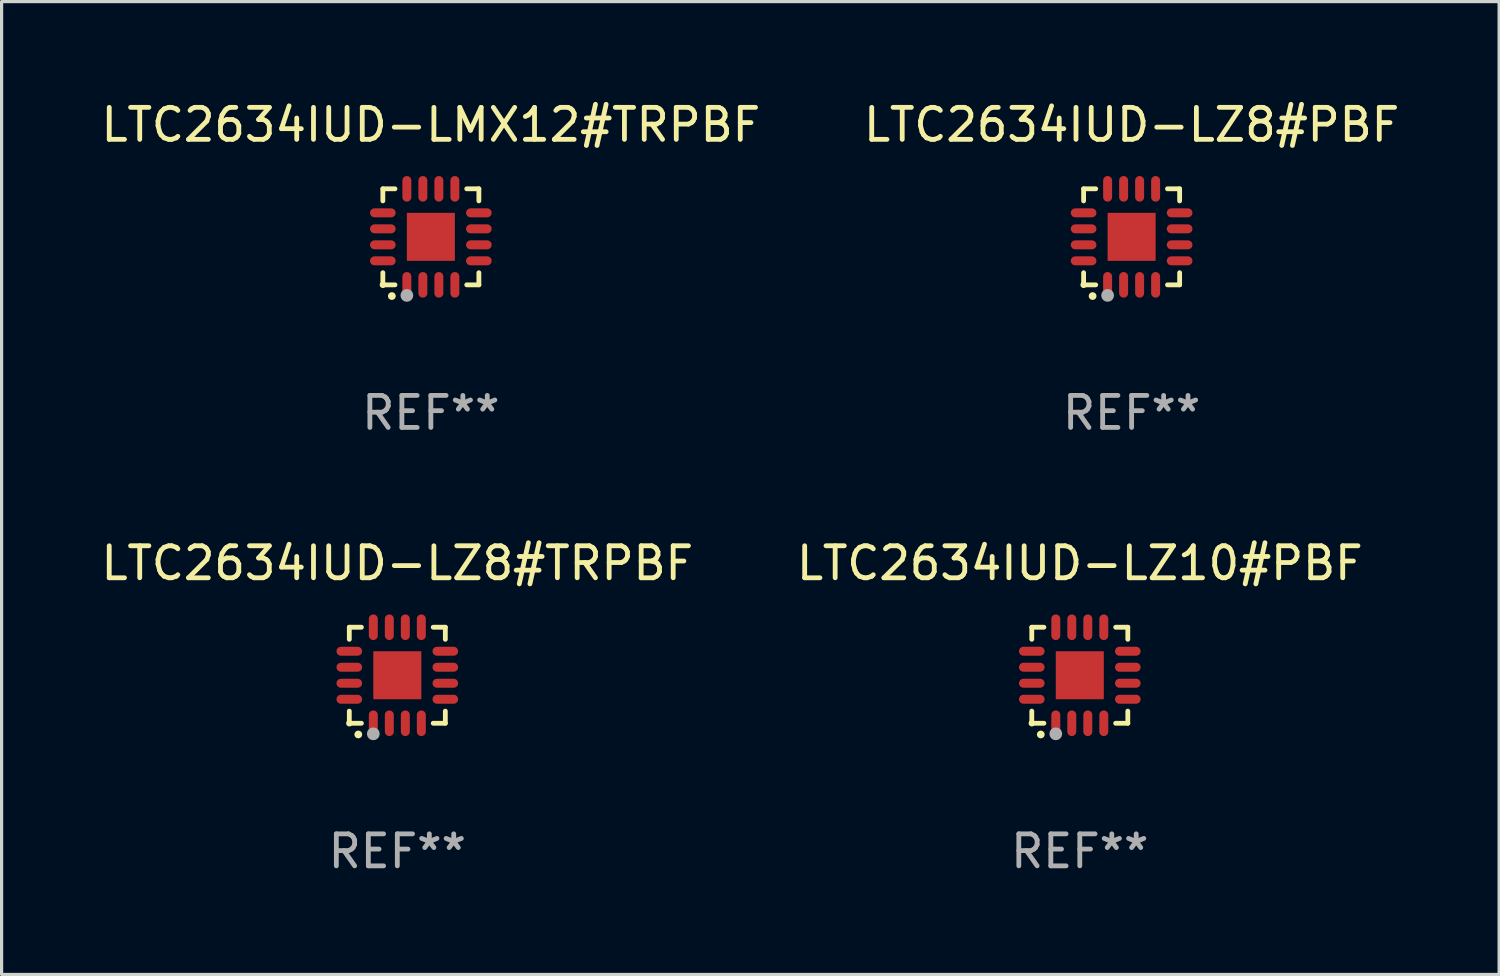
<source format=kicad_pcb>
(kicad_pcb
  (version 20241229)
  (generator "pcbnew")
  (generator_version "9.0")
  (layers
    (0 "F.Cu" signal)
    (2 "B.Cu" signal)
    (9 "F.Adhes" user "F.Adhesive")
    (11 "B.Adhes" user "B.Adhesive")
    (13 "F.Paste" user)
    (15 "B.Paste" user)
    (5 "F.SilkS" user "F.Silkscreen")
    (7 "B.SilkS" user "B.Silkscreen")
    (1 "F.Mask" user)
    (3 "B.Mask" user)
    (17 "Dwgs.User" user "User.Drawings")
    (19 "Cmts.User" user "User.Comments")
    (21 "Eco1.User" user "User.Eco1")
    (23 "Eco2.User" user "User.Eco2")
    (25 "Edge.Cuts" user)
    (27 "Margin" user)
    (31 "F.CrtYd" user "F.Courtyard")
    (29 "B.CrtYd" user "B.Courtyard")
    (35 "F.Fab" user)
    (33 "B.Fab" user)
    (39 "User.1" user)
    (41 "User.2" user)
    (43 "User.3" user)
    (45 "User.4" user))
  (footprint "LTC2634IUD-LZ8#TRPBF"
    (layer "F.Cu")
    (at 9.363 18.046)
    (property "Reference" "LTC2634IUD-LZ8#TRPBF" (at 0 -3.5 0) (layer "F.SilkS") (effects (font (size 1 1) (thickness 0.15))))
    (attr through_hole)
    (fp_line (start -1.5 -1.5) (end -1.121 -1.5) (stroke (width 0.15) (type solid)) (layer "F.SilkS"))
    (fp_line (start -1.5 -1.122) (end -1.5 -1.5) (stroke (width 0.15) (type solid)) (layer "F.SilkS"))
    (fp_line (start -1.5 1.5) (end -1.5 1.121) (stroke (width 0.15) (type solid)) (layer "F.SilkS"))
    (fp_line (start -1.121 1.5) (end -1.5 1.5) (stroke (width 0.15) (type solid)) (layer "F.SilkS"))
    (fp_line (start 1.121 -1.5) (end 1.5 -1.5) (stroke (width 0.15) (type solid)) (layer "F.SilkS"))
    (fp_line (start 1.5 -1.5) (end 1.5 -1.122) (stroke (width 0.15) (type solid)) (layer "F.SilkS"))
    (fp_line (start 1.5 1.121) (end 1.5 1.5) (stroke (width 0.15) (type solid)) (layer "F.SilkS"))
    (fp_line (start 1.5 1.5) (end 1.121 1.5) (stroke (width 0.15) (type solid)) (layer "F.SilkS"))
    (fp_arc (start -1.219926 1.850254) (mid -1.21891 1.85025) (end -1.217894 1.850254) (stroke (width 0.240005) (type solid)) (layer "F.SilkS"))
    (fp_circle (center -1.5 1.5) (end -1.45 1.5) (stroke (width 0.1) (type solid)) (fill no) (layer "F.SilkS"))
    (fp_circle (center -0.75 1.83) (end -0.65 1.83) (stroke (width 0.2) (type solid)) (fill no) (layer "F.Fab"))
    (fp_text user "REF**" (at 0 5.5 0) (layer "F.Fab") (effects (font (size 1 1) (thickness 0.15))))
    (pad "1" smd oval (at -0.75 1.5) (size 0.28 0.8) (layers "F.Cu" "F.Mask" "F.Paste"))
    (pad "2" smd oval (at -0.25 1.5) (size 0.28 0.8) (layers "F.Cu" "F.Mask" "F.Paste"))
    (pad "3" smd oval (at 0.25 1.5) (size 0.28 0.8) (layers "F.Cu" "F.Mask" "F.Paste"))
    (pad "4" smd oval (at 0.75 1.5) (size 0.28 0.8) (layers "F.Cu" "F.Mask" "F.Paste"))
    (pad "5" smd oval (at 1.5 0.75) (size 0.8 0.28) (layers "F.Cu" "F.Mask" "F.Paste"))
    (pad "6" smd oval (at 1.5 0.25) (size 0.8 0.28) (layers "F.Cu" "F.Mask" "F.Paste"))
    (pad "7" smd oval (at 1.5 -0.25) (size 0.8 0.28) (layers "F.Cu" "F.Mask" "F.Paste"))
    (pad "8" smd oval (at 1.5 -0.75) (size 0.8 0.28) (layers "F.Cu" "F.Mask" "F.Paste"))
    (pad "9" smd oval (at 0.75 -1.5) (size 0.28 0.8) (layers "F.Cu" "F.Mask" "F.Paste"))
    (pad "10" smd oval (at 0.25 -1.5) (size 0.28 0.8) (layers "F.Cu" "F.Mask" "F.Paste"))
    (pad "11" smd oval (at -0.25 -1.5) (size 0.28 0.8) (layers "F.Cu" "F.Mask" "F.Paste"))
    (pad "12" smd oval (at -0.75 -1.5) (size 0.28 0.8) (layers "F.Cu" "F.Mask" "F.Paste"))
    (pad "13" smd oval (at -1.5 -0.75) (size 0.8 0.28) (layers "F.Cu" "F.Mask" "F.Paste"))
    (pad "14" smd oval (at -1.5 -0.25) (size 0.8 0.28) (layers "F.Cu" "F.Mask" "F.Paste"))
    (pad "15" smd oval (at -1.5 0.25) (size 0.8 0.28) (layers "F.Cu" "F.Mask" "F.Paste"))
    (pad "16" smd oval (at -1.5 0.75) (size 0.8 0.28) (layers "F.Cu" "F.Mask" "F.Paste"))
    (pad "17" smd rect (at -0.000064 0.000165) (size 1.5 1.5) (layers "F.Cu" "F.Mask" "F.Paste")))
  (footprint "LTC2634IUD-LZ8#PBF"
    (layer "F.Cu")
    (at 32.304 4.349)
    (property "Reference" "LTC2634IUD-LZ8#PBF" (at 0 -3.5 0) (layer "F.SilkS") (effects (font (size 1 1) (thickness 0.15))))
    (attr through_hole)
    (fp_line (start -1.5 -1.5) (end -1.121 -1.5) (stroke (width 0.15) (type solid)) (layer "F.SilkS"))
    (fp_line (start -1.5 -1.122) (end -1.5 -1.5) (stroke (width 0.15) (type solid)) (layer "F.SilkS"))
    (fp_line (start -1.5 1.5) (end -1.5 1.121) (stroke (width 0.15) (type solid)) (layer "F.SilkS"))
    (fp_line (start -1.121 1.5) (end -1.5 1.5) (stroke (width 0.15) (type solid)) (layer "F.SilkS"))
    (fp_line (start 1.121 -1.5) (end 1.5 -1.5) (stroke (width 0.15) (type solid)) (layer "F.SilkS"))
    (fp_line (start 1.5 -1.5) (end 1.5 -1.122) (stroke (width 0.15) (type solid)) (layer "F.SilkS"))
    (fp_line (start 1.5 1.121) (end 1.5 1.5) (stroke (width 0.15) (type solid)) (layer "F.SilkS"))
    (fp_line (start 1.5 1.5) (end 1.121 1.5) (stroke (width 0.15) (type solid)) (layer "F.SilkS"))
    (fp_arc (start -1.219926 1.850254) (mid -1.21891 1.85025) (end -1.217894 1.850254) (stroke (width 0.240005) (type solid)) (layer "F.SilkS"))
    (fp_circle (center -1.5 1.5) (end -1.45 1.5) (stroke (width 0.1) (type solid)) (fill no) (layer "F.SilkS"))
    (fp_circle (center -0.75 1.83) (end -0.65 1.83) (stroke (width 0.2) (type solid)) (fill no) (layer "F.Fab"))
    (fp_text user "REF**" (at 0 5.5 0) (layer "F.Fab") (effects (font (size 1 1) (thickness 0.15))))
    (pad "1" smd oval (at -0.75 1.5) (size 0.28 0.8) (layers "F.Cu" "F.Mask" "F.Paste"))
    (pad "2" smd oval (at -0.25 1.5) (size 0.28 0.8) (layers "F.Cu" "F.Mask" "F.Paste"))
    (pad "3" smd oval (at 0.25 1.5) (size 0.28 0.8) (layers "F.Cu" "F.Mask" "F.Paste"))
    (pad "4" smd oval (at 0.75 1.5) (size 0.28 0.8) (layers "F.Cu" "F.Mask" "F.Paste"))
    (pad "5" smd oval (at 1.5 0.75) (size 0.8 0.28) (layers "F.Cu" "F.Mask" "F.Paste"))
    (pad "6" smd oval (at 1.5 0.25) (size 0.8 0.28) (layers "F.Cu" "F.Mask" "F.Paste"))
    (pad "7" smd oval (at 1.5 -0.25) (size 0.8 0.28) (layers "F.Cu" "F.Mask" "F.Paste"))
    (pad "8" smd oval (at 1.5 -0.75) (size 0.8 0.28) (layers "F.Cu" "F.Mask" "F.Paste"))
    (pad "9" smd oval (at 0.75 -1.5) (size 0.28 0.8) (layers "F.Cu" "F.Mask" "F.Paste"))
    (pad "10" smd oval (at 0.25 -1.5) (size 0.28 0.8) (layers "F.Cu" "F.Mask" "F.Paste"))
    (pad "11" smd oval (at -0.25 -1.5) (size 0.28 0.8) (layers "F.Cu" "F.Mask" "F.Paste"))
    (pad "12" smd oval (at -0.75 -1.5) (size 0.28 0.8) (layers "F.Cu" "F.Mask" "F.Paste"))
    (pad "13" smd oval (at -1.5 -0.75) (size 0.8 0.28) (layers "F.Cu" "F.Mask" "F.Paste"))
    (pad "14" smd oval (at -1.5 -0.25) (size 0.8 0.28) (layers "F.Cu" "F.Mask" "F.Paste"))
    (pad "15" smd oval (at -1.5 0.25) (size 0.8 0.28) (layers "F.Cu" "F.Mask" "F.Paste"))
    (pad "16" smd oval (at -1.5 0.75) (size 0.8 0.28) (layers "F.Cu" "F.Mask" "F.Paste"))
    (pad "17" smd rect (at -0.000064 0.000165) (size 1.5 1.5) (layers "F.Cu" "F.Mask" "F.Paste")))
  (footprint "LTC2634IUD-LZ10#PBF"
    (layer "F.Cu")
    (at 30.685 18.046)
    (property "Reference" "LTC2634IUD-LZ10#PBF" (at 0 -3.5 0) (layer "F.SilkS") (effects (font (size 1 1) (thickness 0.15))))
    (attr through_hole)
    (fp_line (start -1.5 -1.5) (end -1.121 -1.5) (stroke (width 0.15) (type solid)) (layer "F.SilkS"))
    (fp_line (start -1.5 -1.122) (end -1.5 -1.5) (stroke (width 0.15) (type solid)) (layer "F.SilkS"))
    (fp_line (start -1.5 1.5) (end -1.5 1.121) (stroke (width 0.15) (type solid)) (layer "F.SilkS"))
    (fp_line (start -1.121 1.5) (end -1.5 1.5) (stroke (width 0.15) (type solid)) (layer "F.SilkS"))
    (fp_line (start 1.121 -1.5) (end 1.5 -1.5) (stroke (width 0.15) (type solid)) (layer "F.SilkS"))
    (fp_line (start 1.5 -1.5) (end 1.5 -1.122) (stroke (width 0.15) (type solid)) (layer "F.SilkS"))
    (fp_line (start 1.5 1.121) (end 1.5 1.5) (stroke (width 0.15) (type solid)) (layer "F.SilkS"))
    (fp_line (start 1.5 1.5) (end 1.121 1.5) (stroke (width 0.15) (type solid)) (layer "F.SilkS"))
    (fp_arc (start -1.219926 1.850254) (mid -1.21891 1.85025) (end -1.217894 1.850254) (stroke (width 0.240005) (type solid)) (layer "F.SilkS"))
    (fp_circle (center -1.5 1.5) (end -1.45 1.5) (stroke (width 0.1) (type solid)) (fill no) (layer "F.SilkS"))
    (fp_circle (center -0.75 1.83) (end -0.65 1.83) (stroke (width 0.2) (type solid)) (fill no) (layer "F.Fab"))
    (fp_text user "REF**" (at 0 5.5 0) (layer "F.Fab") (effects (font (size 1 1) (thickness 0.15))))
    (pad "1" smd oval (at -0.75 1.5) (size 0.28 0.8) (layers "F.Cu" "F.Mask" "F.Paste"))
    (pad "2" smd oval (at -0.25 1.5) (size 0.28 0.8) (layers "F.Cu" "F.Mask" "F.Paste"))
    (pad "3" smd oval (at 0.25 1.5) (size 0.28 0.8) (layers "F.Cu" "F.Mask" "F.Paste"))
    (pad "4" smd oval (at 0.75 1.5) (size 0.28 0.8) (layers "F.Cu" "F.Mask" "F.Paste"))
    (pad "5" smd oval (at 1.5 0.75) (size 0.8 0.28) (layers "F.Cu" "F.Mask" "F.Paste"))
    (pad "6" smd oval (at 1.5 0.25) (size 0.8 0.28) (layers "F.Cu" "F.Mask" "F.Paste"))
    (pad "7" smd oval (at 1.5 -0.25) (size 0.8 0.28) (layers "F.Cu" "F.Mask" "F.Paste"))
    (pad "8" smd oval (at 1.5 -0.75) (size 0.8 0.28) (layers "F.Cu" "F.Mask" "F.Paste"))
    (pad "9" smd oval (at 0.75 -1.5) (size 0.28 0.8) (layers "F.Cu" "F.Mask" "F.Paste"))
    (pad "10" smd oval (at 0.25 -1.5) (size 0.28 0.8) (layers "F.Cu" "F.Mask" "F.Paste"))
    (pad "11" smd oval (at -0.25 -1.5) (size 0.28 0.8) (layers "F.Cu" "F.Mask" "F.Paste"))
    (pad "12" smd oval (at -0.75 -1.5) (size 0.28 0.8) (layers "F.Cu" "F.Mask" "F.Paste"))
    (pad "13" smd oval (at -1.5 -0.75) (size 0.8 0.28) (layers "F.Cu" "F.Mask" "F.Paste"))
    (pad "14" smd oval (at -1.5 -0.25) (size 0.8 0.28) (layers "F.Cu" "F.Mask" "F.Paste"))
    (pad "15" smd oval (at -1.5 0.25) (size 0.8 0.28) (layers "F.Cu" "F.Mask" "F.Paste"))
    (pad "16" smd oval (at -1.5 0.75) (size 0.8 0.28) (layers "F.Cu" "F.Mask" "F.Paste"))
    (pad "17" smd rect (at -0.000064 0.000165) (size 1.5 1.5) (layers "F.Cu" "F.Mask" "F.Paste")))
  (footprint "LTC2634IUD-LMX12#TRPBF"
    (layer "F.Cu")
    (at 10.411 4.349)
    (property "Reference" "LTC2634IUD-LMX12#TRPBF" (at 0 -3.5 0) (layer "F.SilkS") (effects (font (size 1 1) (thickness 0.15))))
    (attr through_hole)
    (fp_line (start -1.5 -1.5) (end -1.121 -1.5) (stroke (width 0.15) (type solid)) (layer "F.SilkS"))
    (fp_line (start -1.5 -1.122) (end -1.5 -1.5) (stroke (width 0.15) (type solid)) (layer "F.SilkS"))
    (fp_line (start -1.5 1.5) (end -1.5 1.121) (stroke (width 0.15) (type solid)) (layer "F.SilkS"))
    (fp_line (start -1.121 1.5) (end -1.5 1.5) (stroke (width 0.15) (type solid)) (layer "F.SilkS"))
    (fp_line (start 1.121 -1.5) (end 1.5 -1.5) (stroke (width 0.15) (type solid)) (layer "F.SilkS"))
    (fp_line (start 1.5 -1.5) (end 1.5 -1.122) (stroke (width 0.15) (type solid)) (layer "F.SilkS"))
    (fp_line (start 1.5 1.121) (end 1.5 1.5) (stroke (width 0.15) (type solid)) (layer "F.SilkS"))
    (fp_line (start 1.5 1.5) (end 1.121 1.5) (stroke (width 0.15) (type solid)) (layer "F.SilkS"))
    (fp_arc (start -1.219926 1.850254) (mid -1.21891 1.85025) (end -1.217894 1.850254) (stroke (width 0.240005) (type solid)) (layer "F.SilkS"))
    (fp_circle (center -1.5 1.5) (end -1.45 1.5) (stroke (width 0.1) (type solid)) (fill no) (layer "F.SilkS"))
    (fp_circle (center -0.75 1.83) (end -0.65 1.83) (stroke (width 0.2) (type solid)) (fill no) (layer "F.Fab"))
    (fp_text user "REF**" (at 0 5.5 0) (layer "F.Fab") (effects (font (size 1 1) (thickness 0.15))))
    (pad "1" smd oval (at -0.75 1.5) (size 0.28 0.8) (layers "F.Cu" "F.Mask" "F.Paste"))
    (pad "2" smd oval (at -0.25 1.5) (size 0.28 0.8) (layers "F.Cu" "F.Mask" "F.Paste"))
    (pad "3" smd oval (at 0.25 1.5) (size 0.28 0.8) (layers "F.Cu" "F.Mask" "F.Paste"))
    (pad "4" smd oval (at 0.75 1.5) (size 0.28 0.8) (layers "F.Cu" "F.Mask" "F.Paste"))
    (pad "5" smd oval (at 1.5 0.75) (size 0.8 0.28) (layers "F.Cu" "F.Mask" "F.Paste"))
    (pad "6" smd oval (at 1.5 0.25) (size 0.8 0.28) (layers "F.Cu" "F.Mask" "F.Paste"))
    (pad "7" smd oval (at 1.5 -0.25) (size 0.8 0.28) (layers "F.Cu" "F.Mask" "F.Paste"))
    (pad "8" smd oval (at 1.5 -0.75) (size 0.8 0.28) (layers "F.Cu" "F.Mask" "F.Paste"))
    (pad "9" smd oval (at 0.75 -1.5) (size 0.28 0.8) (layers "F.Cu" "F.Mask" "F.Paste"))
    (pad "10" smd oval (at 0.25 -1.5) (size 0.28 0.8) (layers "F.Cu" "F.Mask" "F.Paste"))
    (pad "11" smd oval (at -0.25 -1.5) (size 0.28 0.8) (layers "F.Cu" "F.Mask" "F.Paste"))
    (pad "12" smd oval (at -0.75 -1.5) (size 0.28 0.8) (layers "F.Cu" "F.Mask" "F.Paste"))
    (pad "13" smd oval (at -1.5 -0.75) (size 0.8 0.28) (layers "F.Cu" "F.Mask" "F.Paste"))
    (pad "14" smd oval (at -1.5 -0.25) (size 0.8 0.28) (layers "F.Cu" "F.Mask" "F.Paste"))
    (pad "15" smd oval (at -1.5 0.25) (size 0.8 0.28) (layers "F.Cu" "F.Mask" "F.Paste"))
    (pad "16" smd oval (at -1.5 0.75) (size 0.8 0.28) (layers "F.Cu" "F.Mask" "F.Paste"))
    (pad "17" smd rect (at -0.000064 0.000165) (size 1.5 1.5) (layers "F.Cu" "F.Mask" "F.Paste")))
  (gr_rect
    (start -3 -3)
    (end 43.786 27.394)
    (stroke (width 0.1) (type default))
    (fill no)
    (layer "Edge.Cuts")))
</source>
